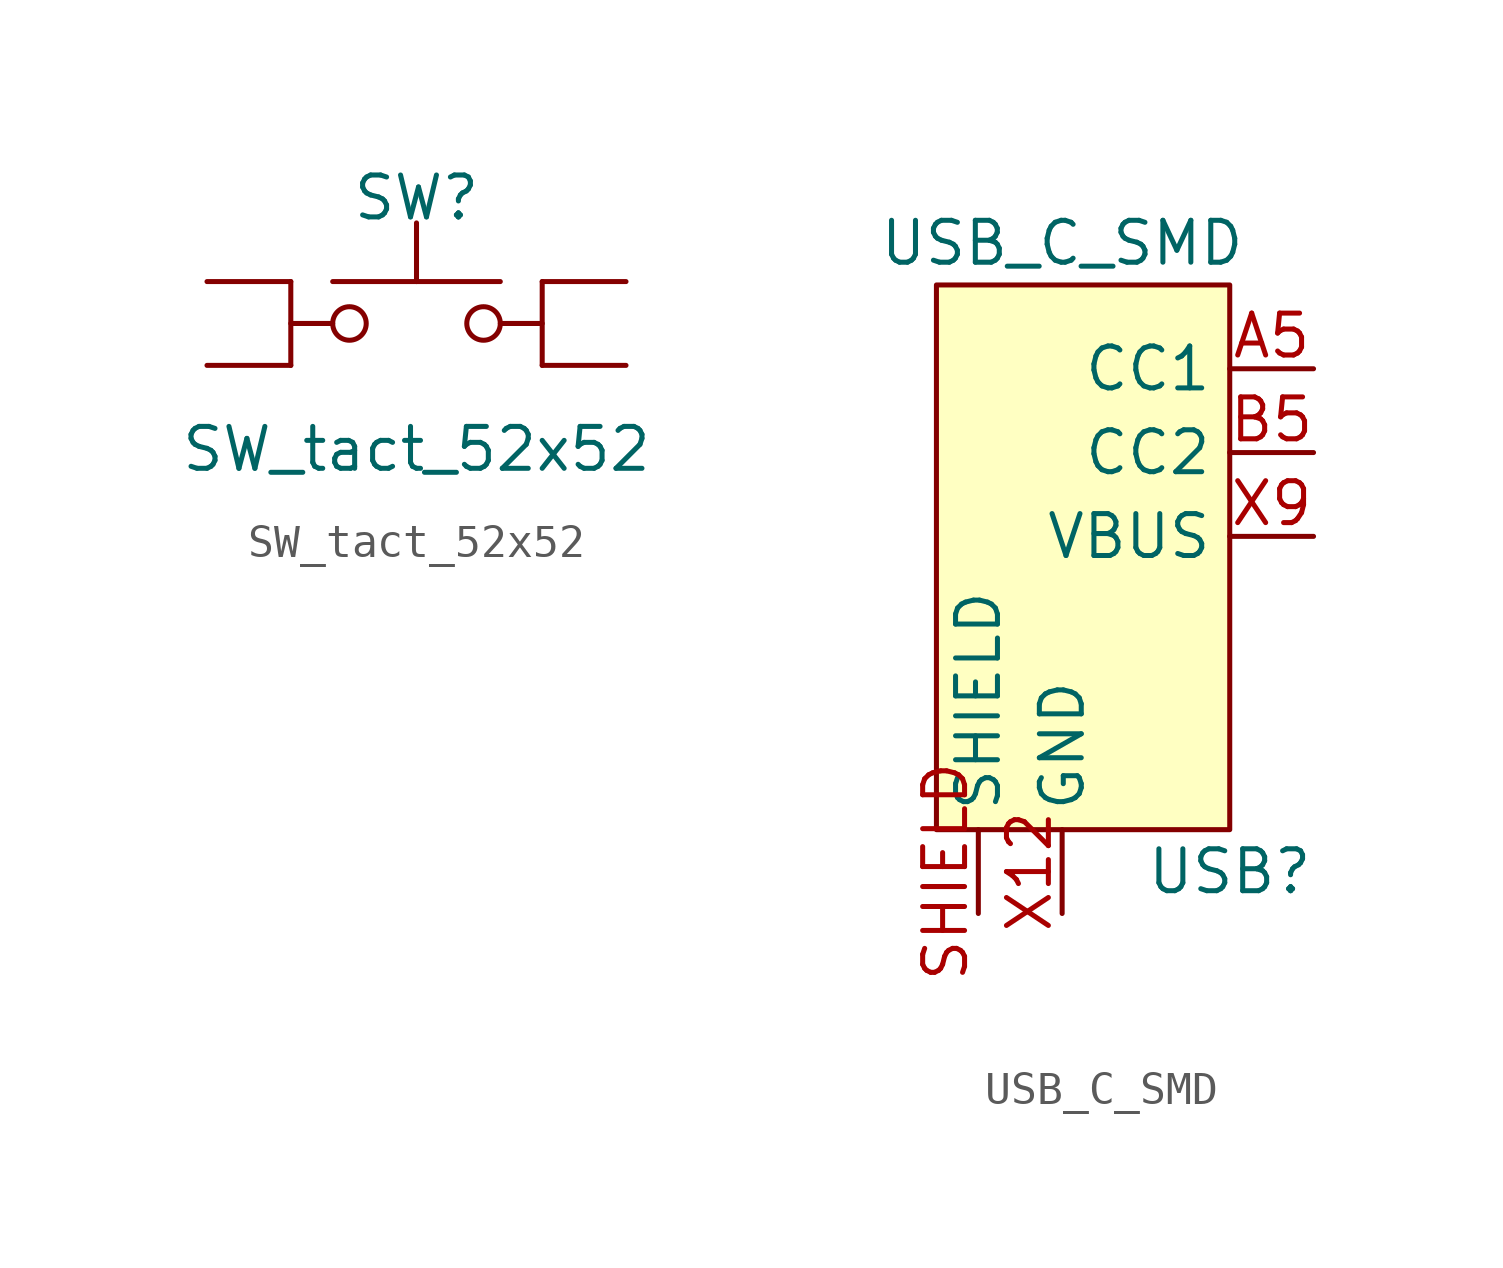
<source format=kicad_sym>
(kicad_symbol_lib
  (version 20211014)
  (generator kicad_symbol_editor)
  (symbol "SW_tact_52x52"
    (pin_numbers hide)
    (pin_names hide)
    (property "Reference" "SW"
      (at 0 3.81 0)
      (effects (font (size 1.27 1.27))))
    (property "Value" "SW_tact_52x52"
      (at 0 -3.81 0)
      (effects (font (size 1.27 1.27))))
    (symbol "SW_tact_52x52_0_1"
      (circle (center -2.032 0) (radius 0.508) (stroke (width 0) (type default) (color 0 0 0 0)) (fill (type none)))
      (polyline (pts (xy -3.81 0) (xy -2.54 0)) (stroke (width 0) (type default) (color 0 0 0 0)) (fill (type none)))
      (polyline (pts (xy -3.81 1.27) (xy -3.81 -1.27)) (stroke (width 0) (type default) (color 0 0 0 0)) (fill (type none)))
      (polyline (pts (xy 0 1.27) (xy 0 3.048)) (stroke (width 0) (type default) (color 0 0 0 0)) (fill (type none)))
      (polyline (pts (xy 2.54 1.27) (xy -2.54 1.27)) (stroke (width 0) (type default) (color 0 0 0 0)) (fill (type none)))
      (polyline (pts (xy 3.81 0) (xy 2.54 0)) (stroke (width 0) (type default) (color 0 0 0 0)) (fill (type none)))
      (polyline (pts (xy 3.81 1.27) (xy 3.81 -1.27)) (stroke (width 0) (type default) (color 0 0 0 0)) (fill (type none)))
      (circle (center 2.032 0) (radius 0.508) (stroke (width 0) (type default) (color 0 0 0 0)) (fill (type none)))
      (pin passive line (at -6.35 1.27 0) (length 2.54) (name "1" (effects (font (size 1.27 1.27)))) (number "1" (effects (font (size 1.27 1.27)))))
      (pin passive line (at 6.35 1.27 180) (length 2.54) (name "2" (effects (font (size 1.27 1.27)))) (number "2" (effects (font (size 1.27 1.27)))))
      (pin passive line (at -6.35 -1.27 0) (length 2.54) (name "3" (effects (font (size 1.27 1.27)))) (number "3" (effects (font (size 1.27 1.27)))))
      (pin passive line (at 6.35 -1.27 180) (length 2.54) (name "4" (effects (font (size 1.27 1.27)))) (number "4" (effects (font (size 1.27 1.27)))))))
  (symbol "USB_C_SMD"
    (property "Reference" "USB"
      (at 5.08 -11.43 0)
      (effects (font (size 1.27 1.27))))
    (property "Value" "USB_C_SMD"
      (at 0 7.62 0)
      (effects (font (size 1.27 1.27))))
    (symbol "USB_C_SMD_0_1"
      (rectangle (start -3.81 6.35) (end 5.08 -10.16) (stroke (width 0) (type default) (color 0 0 0 0)) (fill (type background))))
    (symbol "USB_C_SMD_1_1"
      (pin bidirectional line (at 7.62 3.81 180) (length 2.54) (name "CC1" (effects (font (size 1.27 1.27)))) (number "A5" (effects (font (size 1.27 1.27)))))
      (pin bidirectional line (at 7.62 1.27 180) (length 2.54) (name "CC2" (effects (font (size 1.27 1.27)))) (number "B5" (effects (font (size 1.27 1.27)))))
      (pin passive line (at -2.54 -12.7 90) (length 2.54) (name "SHIELD" (effects (font (size 1.27 1.27)))) (number "SHIELD" (effects (font (size 1.27 1.27)))))
      (pin passive line (at 0 -12.7 90) (length 2.54) (name "GND" (effects (font (size 1.27 1.27)))) (number "X12" (effects (font (size 1.27 1.27)))))
      (pin passive line (at 7.62 -1.27 180) (length 2.54) (name "VBUS" (effects (font (size 1.27 1.27)))) (number "X9" (effects (font (size 1.27 1.27))))))))
</source>
